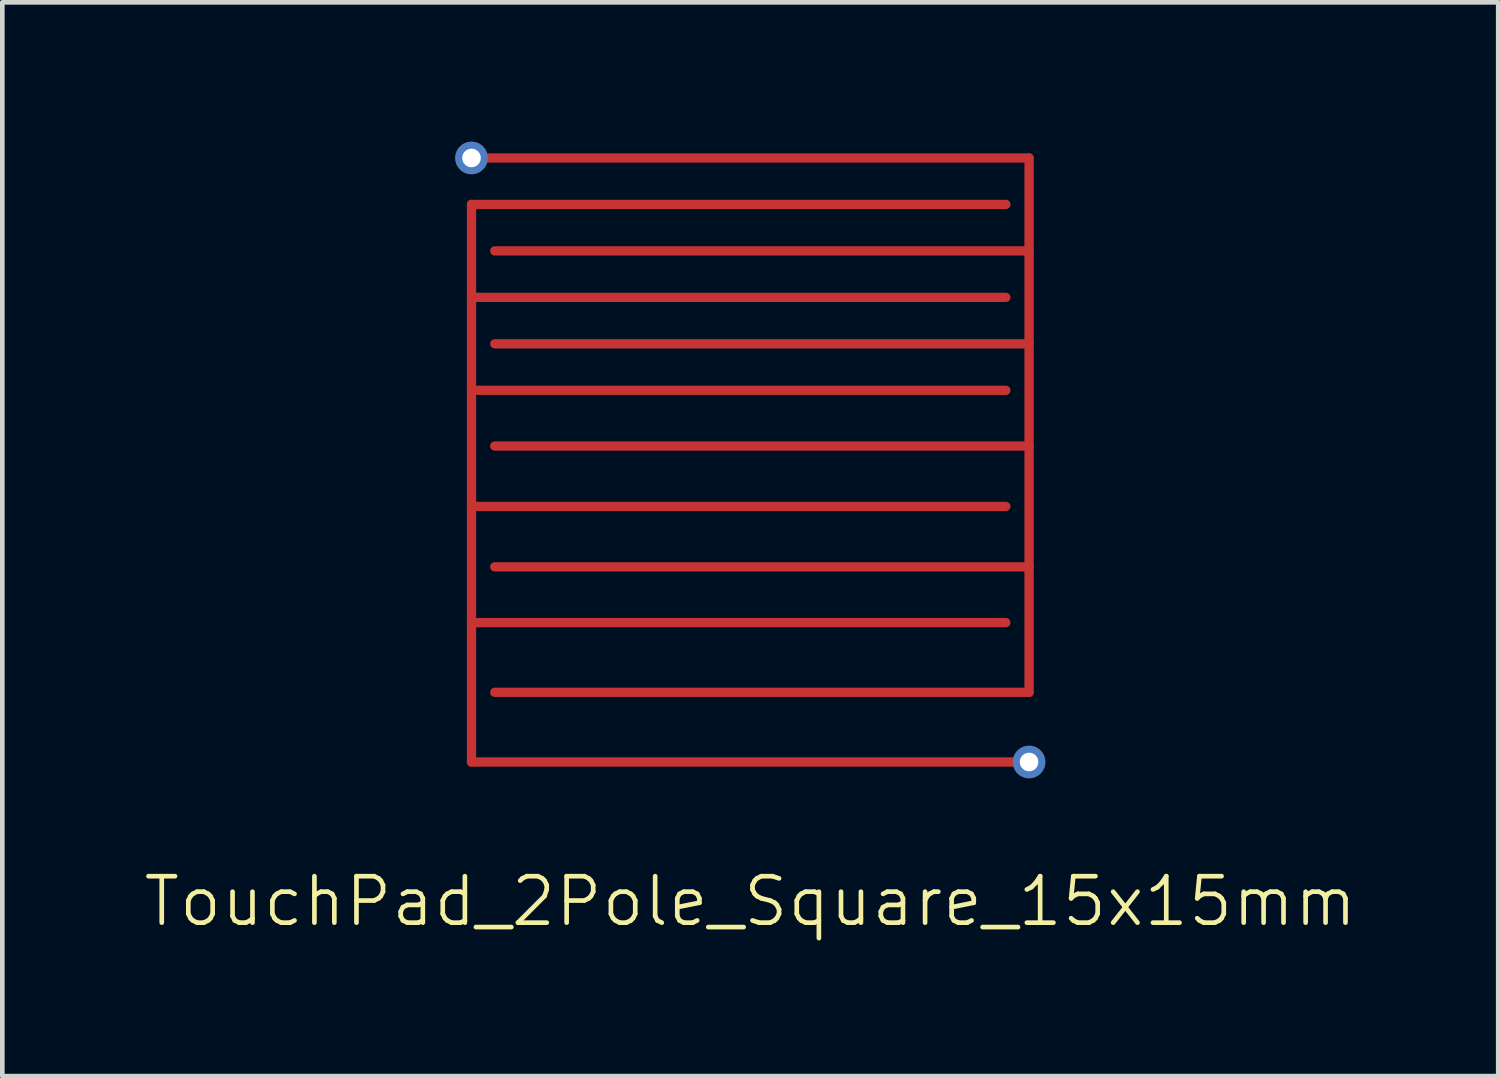
<source format=kicad_pcb>
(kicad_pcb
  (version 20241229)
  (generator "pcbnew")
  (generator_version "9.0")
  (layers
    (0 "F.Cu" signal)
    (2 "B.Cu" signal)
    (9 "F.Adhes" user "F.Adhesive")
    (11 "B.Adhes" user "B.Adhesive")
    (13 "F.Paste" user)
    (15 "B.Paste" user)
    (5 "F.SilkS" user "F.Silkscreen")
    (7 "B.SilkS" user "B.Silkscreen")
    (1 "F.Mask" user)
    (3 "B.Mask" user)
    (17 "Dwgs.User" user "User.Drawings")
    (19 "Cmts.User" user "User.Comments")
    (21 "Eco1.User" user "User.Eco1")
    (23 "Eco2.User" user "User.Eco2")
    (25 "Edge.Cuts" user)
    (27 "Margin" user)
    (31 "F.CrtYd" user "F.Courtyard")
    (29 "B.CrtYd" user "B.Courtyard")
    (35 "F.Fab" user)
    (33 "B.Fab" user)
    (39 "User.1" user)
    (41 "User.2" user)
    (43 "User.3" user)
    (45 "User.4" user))
  (footprint "TouchPad_2Pole_Square_15x15mm"
    (layer "F.Cu")
    (at 13.098 6.85)
    (property "Reference" "TouchPad_2Pole_Square_15x15mm" (at 0 9.5 0) (unlocked yes) (layer "F.SilkS") (effects (font (size 1 1) (thickness 0.1))))
    (attr through_hole)
    (fp_line (start -6 -5.5) (end -6 6.5) (stroke (width 0.2) (type default)) (layer "F.Cu"))
    (fp_line (start -6 -5.5) (end 5.5 -5.5) (stroke (width 0.2) (type default)) (layer "F.Cu"))
    (fp_line (start -6 -3.5) (end 5.5 -3.5) (stroke (width 0.2) (type default)) (layer "F.Cu"))
    (fp_line (start -6 -1.5) (end 5.5 -1.5) (stroke (width 0.2) (type default)) (layer "F.Cu"))
    (fp_line (start -6 1) (end 5.5 1) (stroke (width 0.2) (type default)) (layer "F.Cu"))
    (fp_line (start -6 3.5) (end 5.5 3.5) (stroke (width 0.2) (type default)) (layer "F.Cu"))
    (fp_line (start -6 6.5) (end 6 6.5) (stroke (width 0.2) (type default)) (layer "F.Cu"))
    (fp_line (start -5.8 -6.5) (end 6 -6.5) (stroke (width 0.2) (type default)) (layer "F.Cu"))
    (fp_line (start -5.5 -4.5) (end 6 -4.5) (stroke (width 0.2) (type default)) (layer "F.Cu"))
    (fp_line (start -5.5 -2.5) (end 6 -2.5) (stroke (width 0.2) (type default)) (layer "F.Cu"))
    (fp_line (start -5.5 -0.3) (end 6 -0.3) (stroke (width 0.2) (type default)) (layer "F.Cu"))
    (fp_line (start -5.5 2.3) (end 6 2.3) (stroke (width 0.2) (type default)) (layer "F.Cu"))
    (fp_line (start -5.5 5) (end 6 5) (stroke (width 0.2) (type default)) (layer "F.Cu"))
    (fp_line (start 6 -6.5) (end 6 5) (stroke (width 0.2) (type default)) (layer "F.Cu"))
    (pad "1" thru_hole circle (at -6 -6.5) (size 0.7 0.7) (drill 0.4) (layers "*.Cu" "*.Mask"))
    (pad "2" thru_hole circle (at 6 6.5) (size 0.7 0.7) (drill 0.4) (layers "*.Cu" "*.Mask")))
  (gr_rect
    (start -3 -3)
    (end 29.195 20.11)
    (stroke (width 0.1) (type default))
    (fill no)
    (layer "Edge.Cuts")))
</source>
